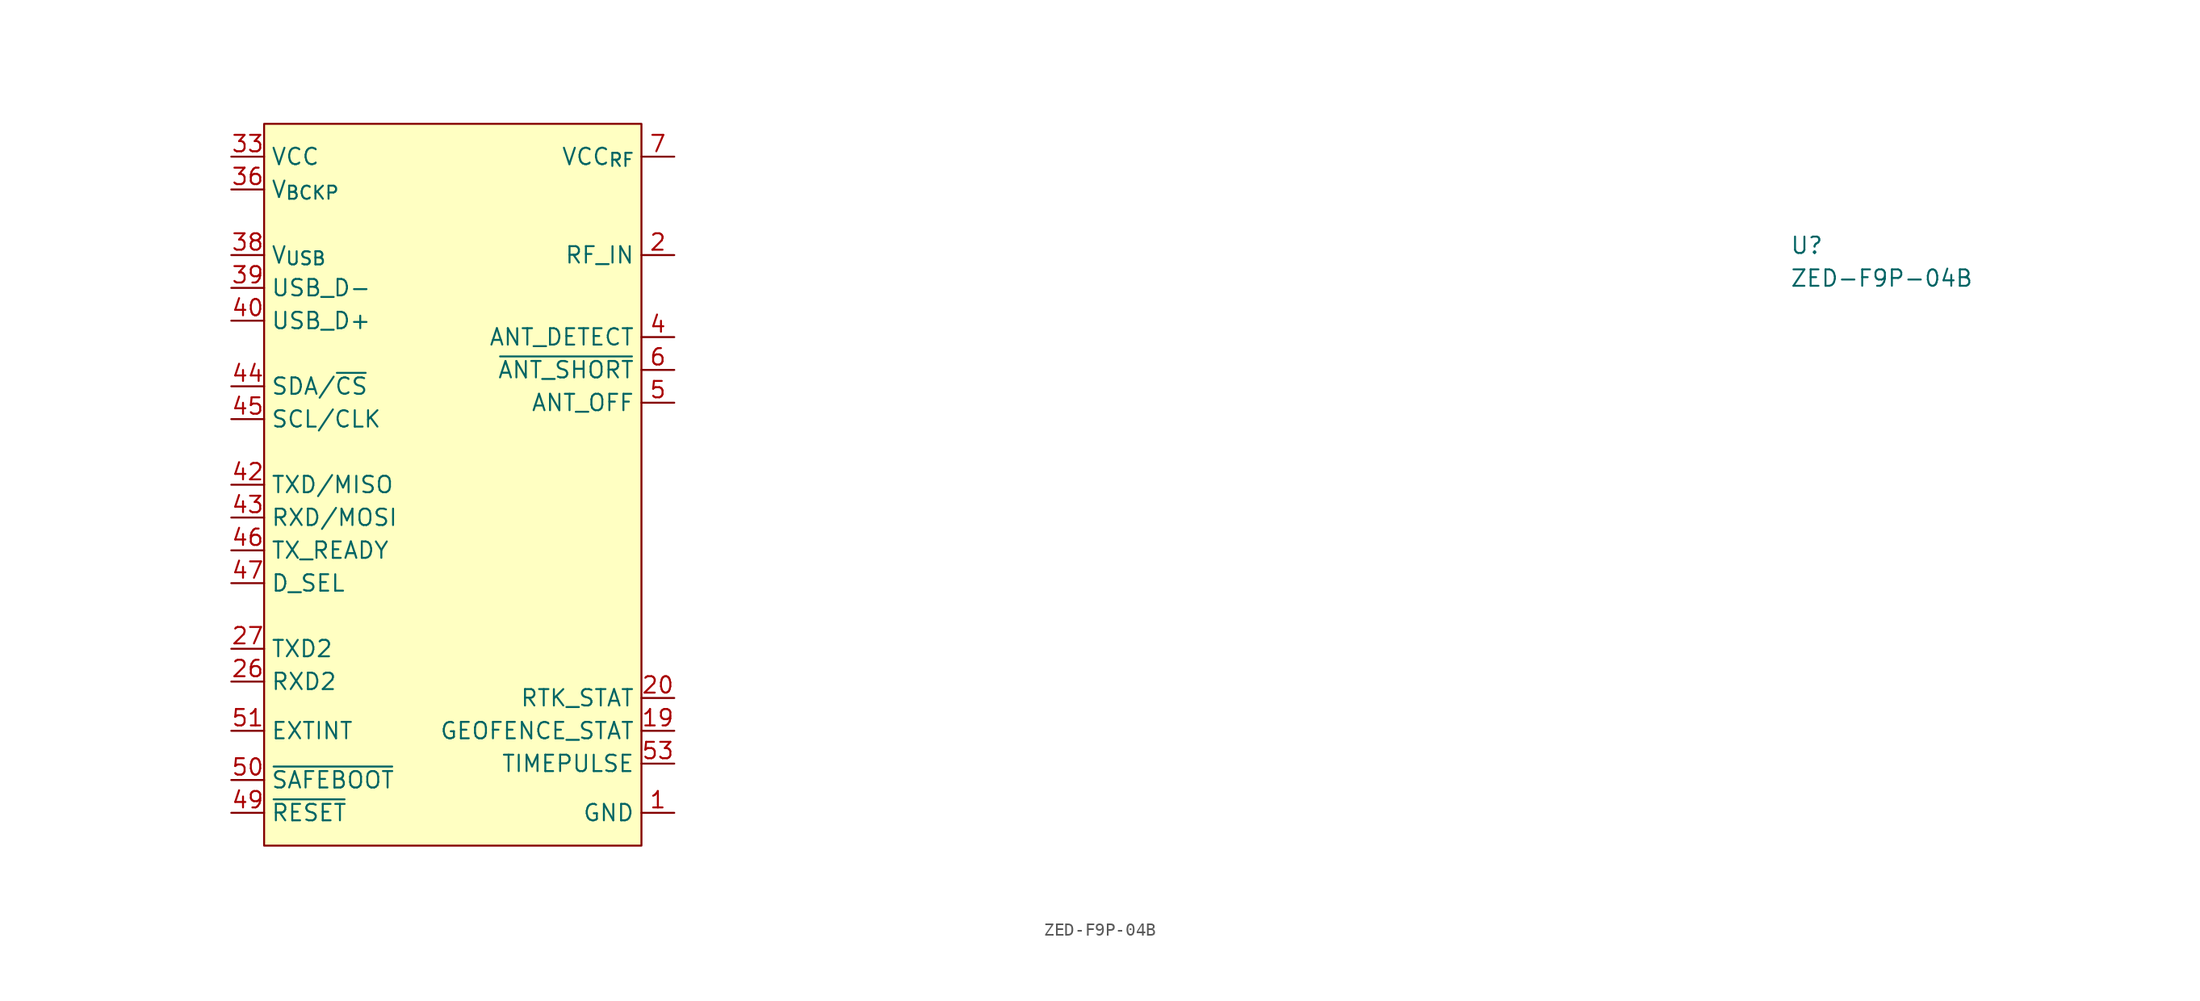
<source format=kicad_sym>
(kicad_symbol_lib
  (version 20211014)
  (generator kicad_symbol_editor)
  (symbol "ZED-F9P-04B"
    (property "Reference" "U"
      (at 120.65 -7.62 0)
      (effects (font (size 1.27 1.27) (thickness 0.15)) (justify left bottom)))
    (property "Value" "ZED-F9P-04B"
      (at 120.65 -10.16 0)
      (effects (font (size 1.27 1.27) (thickness 0.15)) (justify left bottom)))
    (symbol "ZED-F9P-04B_0_1"
      (rectangle (start 2.54 2.54) (end 31.75 -53.34) (stroke (width 0) (type default) (color 0 0 0 0)) (fill (type background))))
    (symbol "ZED-F9P-04B_1_1"
      (pin power_in line (at 34.29 -50.8 180) (length 2.54) (name "GND" (effects (font (size 1.27 1.27)))) (number "1" (effects (font (size 1.27 1.27)))))
      (pin no_connect line (at 31.75 -22.86 180) (length 2.54) hide (name "NC" (effects (font (size 1.27 1.27)))) (number "10" (effects (font (size 1.27 1.27)))))
      (pin no_connect line (at 31.75 -24.13 180) (length 2.54) hide (name "NC" (effects (font (size 1.27 1.27)))) (number "11" (effects (font (size 1.27 1.27)))))
      (pin passive line (at 34.29 -50.8 180) (length 2.54) hide (name "GND" (effects (font (size 1.27 1.27)))) (number "12" (effects (font (size 1.27 1.27)))))
      (pin no_connect line (at 31.75 -25.4 180) (length 2.54) hide (name "NC" (effects (font (size 1.27 1.27)))) (number "13" (effects (font (size 1.27 1.27)))))
      (pin passive line (at 34.29 -50.8 180) (length 2.54) hide (name "GND" (effects (font (size 1.27 1.27)))) (number "14" (effects (font (size 1.27 1.27)))))
      (pin no_connect line (at 31.75 -26.67 180) (length 2.54) hide (name "NC" (effects (font (size 1.27 1.27)))) (number "15" (effects (font (size 1.27 1.27)))))
      (pin no_connect line (at 31.75 -27.94 180) (length 2.54) hide (name "NC" (effects (font (size 1.27 1.27)))) (number "16" (effects (font (size 1.27 1.27)))))
      (pin no_connect line (at 31.75 -29.21 180) (length 2.54) hide (name "NC" (effects (font (size 1.27 1.27)))) (number "17" (effects (font (size 1.27 1.27)))))
      (pin no_connect line (at 31.75 -30.48 180) (length 2.54) hide (name "NC" (effects (font (size 1.27 1.27)))) (number "18" (effects (font (size 1.27 1.27)))))
      (pin output line (at 34.29 -44.45 180) (length 2.54) (name "GEOFENCE_STAT" (effects (font (size 1.27 1.27)))) (number "19" (effects (font (size 1.27 1.27)))))
      (pin passive line (at 34.29 -7.62 180) (length 2.54) (name "RF_IN" (effects (font (size 1.27 1.27)))) (number "2" (effects (font (size 1.27 1.27)))))
      (pin output line (at 34.29 -41.91 180) (length 2.54) (name "RTK_STAT" (effects (font (size 1.27 1.27)))) (number "20" (effects (font (size 1.27 1.27)))))
      (pin no_connect line (at 31.75 -31.75 180) (length 2.54) hide (name "NC" (effects (font (size 1.27 1.27)))) (number "21" (effects (font (size 1.27 1.27)))))
      (pin no_connect line (at 31.75 -33.02 180) (length 2.54) hide (name "NC" (effects (font (size 1.27 1.27)))) (number "22" (effects (font (size 1.27 1.27)))))
      (pin no_connect line (at 31.75 -34.29 180) (length 2.54) hide (name "NC" (effects (font (size 1.27 1.27)))) (number "23" (effects (font (size 1.27 1.27)))))
      (pin no_connect line (at 31.75 -35.56 180) (length 2.54) hide (name "NC" (effects (font (size 1.27 1.27)))) (number "24" (effects (font (size 1.27 1.27)))))
      (pin no_connect line (at 31.75 -36.83 180) (length 2.54) hide (name "NC" (effects (font (size 1.27 1.27)))) (number "25" (effects (font (size 1.27 1.27)))))
      (pin input line (at 0 -40.64 0) (length 2.54) (name "RXD2" (effects (font (size 1.27 1.27)))) (number "26" (effects (font (size 1.27 1.27)))))
      (pin bidirectional line (at 0 -38.1 0) (length 2.54) (name "TXD2" (effects (font (size 1.27 1.27)))) (number "27" (effects (font (size 1.27 1.27)))))
      (pin no_connect line (at 31.75 -38.1 180) (length 2.54) hide (name "NC" (effects (font (size 1.27 1.27)))) (number "28" (effects (font (size 1.27 1.27)))))
      (pin no_connect line (at 31.75 -21.59 180) (length 2.54) hide (name "NC" (effects (font (size 1.27 1.27)))) (number "29" (effects (font (size 1.27 1.27)))))
      (pin passive line (at 34.29 -50.8 180) (length 2.54) hide (name "GND" (effects (font (size 1.27 1.27)))) (number "3" (effects (font (size 1.27 1.27)))))
      (pin no_connect line (at 31.75 -39.37 180) (length 2.54) hide (name "NC" (effects (font (size 1.27 1.27)))) (number "30" (effects (font (size 1.27 1.27)))))
      (pin no_connect line (at 31.75 -20.32 180) (length 2.54) hide (name "NC" (effects (font (size 1.27 1.27)))) (number "31" (effects (font (size 1.27 1.27)))))
      (pin passive line (at 34.29 -50.8 180) (length 2.54) hide (name "GND" (effects (font (size 1.27 1.27)))) (number "32" (effects (font (size 1.27 1.27)))))
      (pin power_in line (at 0 0 0) (length 2.54) (name "VCC" (effects (font (size 1.27 1.27)))) (number "33" (effects (font (size 1.27 1.27)))))
      (pin passive line (at 0 0 0) (length 2.54) hide (name "VCC" (effects (font (size 1.27 1.27)))) (number "34" (effects (font (size 1.27 1.27)))))
      (pin no_connect line (at 31.75 -40.64 180) (length 2.54) hide (name "NC" (effects (font (size 1.27 1.27)))) (number "35" (effects (font (size 1.27 1.27)))))
      (pin power_in line (at 0 -2.54 0) (length 2.54) (name "V_{BCKP}" (effects (font (size 1.27 1.27)))) (number "36" (effects (font (size 1.27 1.27)))))
      (pin passive line (at 34.29 -50.8 180) (length 2.54) hide (name "GND" (effects (font (size 1.27 1.27)))) (number "37" (effects (font (size 1.27 1.27)))))
      (pin power_in line (at 0 -7.62 0) (length 2.54) (name "V_{USB}" (effects (font (size 1.27 1.27)))) (number "38" (effects (font (size 1.27 1.27)))))
      (pin bidirectional line (at 0 -10.16 0) (length 2.54) (name "USB_D-" (effects (font (size 1.27 1.27)))) (number "39" (effects (font (size 1.27 1.27)))))
      (pin input line (at 34.29 -13.97 180) (length 2.54) (name "ANT_DETECT" (effects (font (size 1.27 1.27)))) (number "4" (effects (font (size 1.27 1.27)))))
      (pin bidirectional line (at 0 -12.7 0) (length 2.54) (name "USB_D+" (effects (font (size 1.27 1.27)))) (number "40" (effects (font (size 1.27 1.27)))))
      (pin passive line (at 34.29 -50.8 180) (length 2.54) hide (name "GND" (effects (font (size 1.27 1.27)))) (number "41" (effects (font (size 1.27 1.27)))))
      (pin output line (at 0 -25.4 0) (length 2.54) (name "TXD/MISO" (effects (font (size 1.27 1.27)))) (number "42" (effects (font (size 1.27 1.27)))))
      (pin input line (at 0 -27.94 0) (length 2.54) (name "RXD/MOSI" (effects (font (size 1.27 1.27)))) (number "43" (effects (font (size 1.27 1.27)))))
      (pin bidirectional line (at 0 -17.78 0) (length 2.54) (name "SDA/~{CS}" (effects (font (size 1.27 1.27)))) (number "44" (effects (font (size 1.27 1.27)))))
      (pin bidirectional line (at 0 -20.32 0) (length 2.54) (name "SCL/CLK" (effects (font (size 1.27 1.27)))) (number "45" (effects (font (size 1.27 1.27)))))
      (pin output line (at 0 -30.48 0) (length 2.54) (name "TX_READY" (effects (font (size 1.27 1.27)))) (number "46" (effects (font (size 1.27 1.27)))))
      (pin input line (at 0 -33.02 0) (length 2.54) (name "D_SEL" (effects (font (size 1.27 1.27)))) (number "47" (effects (font (size 1.27 1.27)))))
      (pin passive line (at 34.29 -50.8 180) (length 2.54) hide (name "GND" (effects (font (size 1.27 1.27)))) (number "48" (effects (font (size 1.27 1.27)))))
      (pin input line (at 0 -50.8 0) (length 2.54) (name "~{RESET}" (effects (font (size 1.27 1.27)))) (number "49" (effects (font (size 1.27 1.27)))))
      (pin output line (at 34.29 -19.05 180) (length 2.54) (name "ANT_OFF" (effects (font (size 1.27 1.27)))) (number "5" (effects (font (size 1.27 1.27)))))
      (pin input line (at 0 -48.26 0) (length 2.54) (name "~{SAFEBOOT}" (effects (font (size 1.27 1.27)))) (number "50" (effects (font (size 1.27 1.27)))))
      (pin input line (at 0 -44.45 0) (length 2.54) (name "EXTINT" (effects (font (size 1.27 1.27)))) (number "51" (effects (font (size 1.27 1.27)))))
      (pin no_connect line (at 31.75 -2.54 180) (length 2.54) hide (name "NC" (effects (font (size 1.27 1.27)))) (number "52" (effects (font (size 1.27 1.27)))))
      (pin output line (at 34.29 -46.99 180) (length 2.54) (name "TIMEPULSE" (effects (font (size 1.27 1.27)))) (number "53" (effects (font (size 1.27 1.27)))))
      (pin no_connect line (at 31.75 -3.81 180) (length 2.54) hide (name "NC" (effects (font (size 1.27 1.27)))) (number "54" (effects (font (size 1.27 1.27)))))
      (pin passive line (at 34.29 -50.8 180) (length 2.54) hide (name "GND" (effects (font (size 1.27 1.27)))) (number "55" (effects (font (size 1.27 1.27)))))
      (pin input line (at 34.29 -16.51 180) (length 2.54) (name "~{ANT_SHORT}" (effects (font (size 1.27 1.27)))) (number "6" (effects (font (size 1.27 1.27)))))
      (pin power_out line (at 34.29 0 180) (length 2.54) (name "VCC_{RF}" (effects (font (size 1.27 1.27)))) (number "7" (effects (font (size 1.27 1.27)))))
      (pin no_connect line (at 31.75 -5.08 180) (length 2.54) hide (name "NC" (effects (font (size 1.27 1.27)))) (number "8" (effects (font (size 1.27 1.27)))))
      (pin no_connect line (at 31.75 -6.35 180) (length 2.54) hide (name "NC" (effects (font (size 1.27 1.27)))) (number "9" (effects (font (size 1.27 1.27))))))))
</source>
